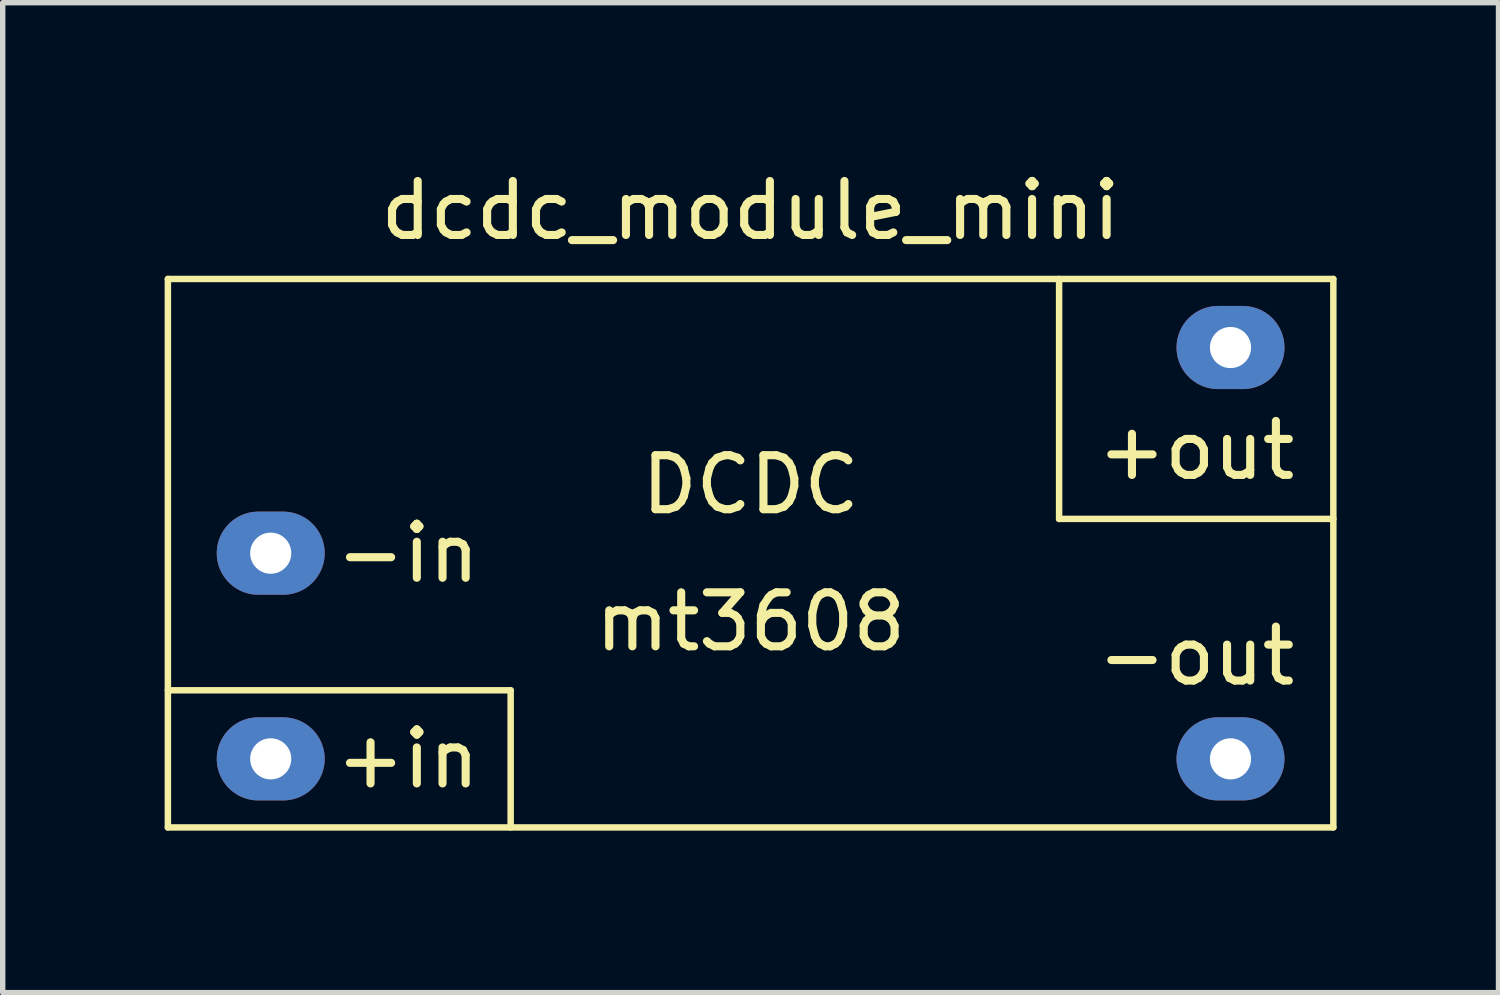
<source format=kicad_pcb>
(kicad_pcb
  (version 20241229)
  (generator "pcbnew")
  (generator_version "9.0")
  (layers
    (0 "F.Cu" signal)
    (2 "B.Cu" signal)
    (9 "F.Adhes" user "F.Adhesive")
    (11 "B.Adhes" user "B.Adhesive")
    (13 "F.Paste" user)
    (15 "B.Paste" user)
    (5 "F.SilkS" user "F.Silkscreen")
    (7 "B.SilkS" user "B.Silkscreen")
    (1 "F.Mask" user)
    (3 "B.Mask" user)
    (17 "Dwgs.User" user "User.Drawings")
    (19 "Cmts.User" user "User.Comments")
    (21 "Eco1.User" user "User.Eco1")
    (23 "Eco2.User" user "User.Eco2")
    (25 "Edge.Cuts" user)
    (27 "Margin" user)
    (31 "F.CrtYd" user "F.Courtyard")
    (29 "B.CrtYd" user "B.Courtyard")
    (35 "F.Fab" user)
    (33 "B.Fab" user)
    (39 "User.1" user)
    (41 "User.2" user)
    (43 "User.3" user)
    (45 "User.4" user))
  (footprint "dcdc_module_mini"
    (layer "F.Cu")
    (at 10.855 7.198)
    (property "Reference" "dcdc_module_mini" (at 0 -6.35 0) (layer "F.SilkS") (effects (font (size 1 1) (thickness 0.15))))
    (attr through_hole)
    (fp_line (start -10.795 -5.08) (end -10.795 5.08) (stroke (width 0.12) (type solid)) (layer "F.SilkS"))
    (fp_line (start -10.795 5.08) (end 10.795 5.08) (stroke (width 0.12) (type solid)) (layer "F.SilkS"))
    (fp_line (start -4.445 2.54) (end -10.795 2.54) (stroke (width 0.12) (type solid)) (layer "F.SilkS"))
    (fp_line (start -4.445 5.08) (end -4.445 2.54) (stroke (width 0.12) (type solid)) (layer "F.SilkS"))
    (fp_line (start 5.715 -5.08) (end 5.715 -0.635) (stroke (width 0.12) (type solid)) (layer "F.SilkS"))
    (fp_line (start 5.715 -0.635) (end 10.795 -0.635) (stroke (width 0.12) (type solid)) (layer "F.SilkS"))
    (fp_line (start 10.795 -5.08) (end -10.795 -5.08) (stroke (width 0.12) (type solid)) (layer "F.SilkS"))
    (fp_line (start 10.795 5.08) (end 10.795 -5.08) (stroke (width 0.12) (type solid)) (layer "F.SilkS"))
    (fp_text user "DCDC" (at 0 -1.27 0) (layer "F.SilkS") (effects (font (size 1 1) (thickness 0.15))))
    (fp_text user "+in" (at -6.35 3.81 0) (layer "F.SilkS") (effects (font (size 1 1) (thickness 0.15))))
    (fp_text user "-in" (at -6.35 0 0) (layer "F.SilkS") (effects (font (size 1 1) (thickness 0.15))))
    (fp_text user "mt3608" (at 0 1.27 0) (layer "F.SilkS") (effects (font (size 1 1) (thickness 0.15))))
    (fp_text user "-out" (at 8.255 1.905 0) (layer "F.SilkS") (effects (font (size 1 1) (thickness 0.15))))
    (fp_text user "+out" (at 8.255 -1.905 0) (layer "F.SilkS") (effects (font (size 1 1) (thickness 0.15))))
    (pad "1" thru_hole oval (at -8.89 3.81) (size 2 1.54) (drill 0.762) (layers "*.Cu" "*.Mask"))
    (pad "2" thru_hole oval (at -8.89 0) (size 2 1.54) (drill 0.762) (layers "*.Cu" "*.Mask"))
    (pad "3" thru_hole oval (at 8.89 -3.81) (size 2 1.54) (drill 0.762) (layers "*.Cu" "*.Mask"))
    (pad "4" thru_hole oval (at 8.89 3.81) (size 2 1.54) (drill 0.762) (layers "*.Cu" "*.Mask")))
  (gr_rect
    (start -3 -3)
    (end 24.71 15.338)
    (stroke (width 0.1) (type default))
    (fill no)
    (layer "Edge.Cuts")))
</source>
